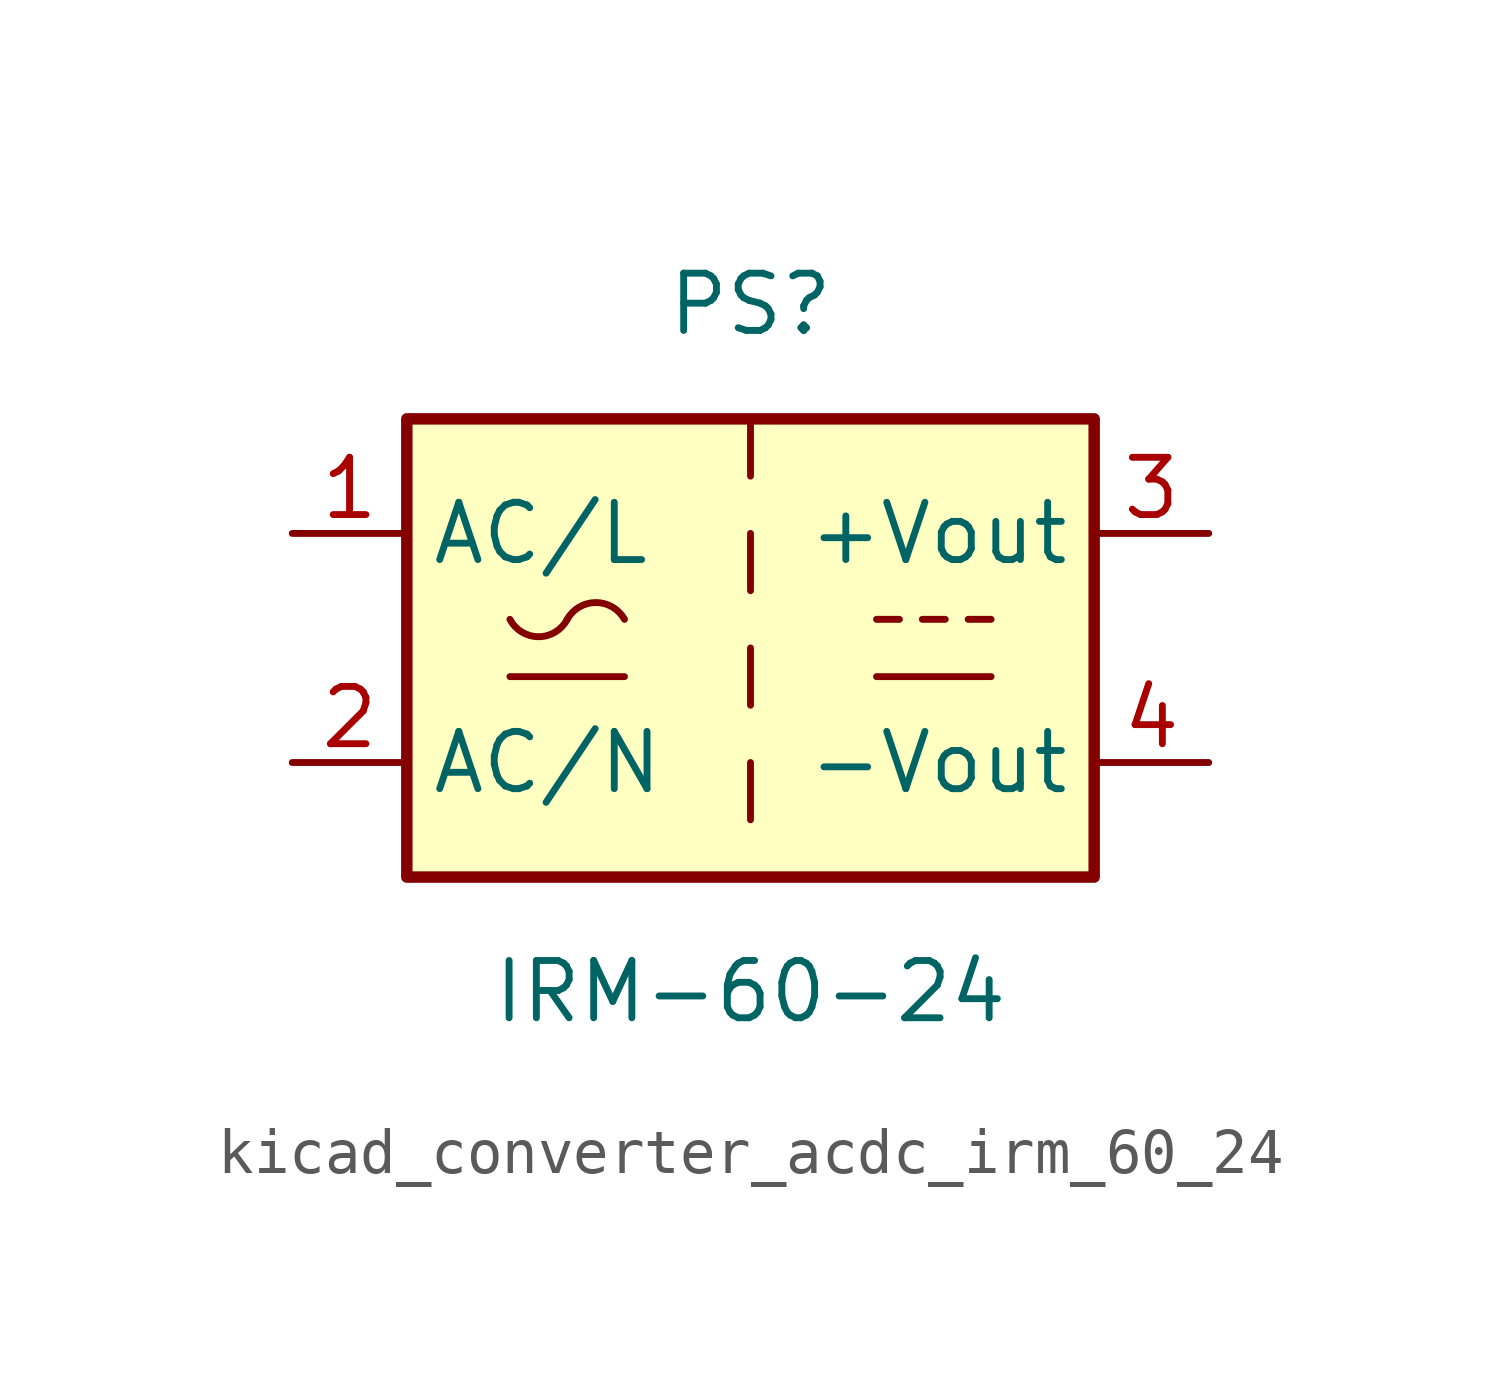
<source format=kicad_sym>
(kicad_symbol_lib
  (version 20220914)
  (generator kicad_symbol_editor)
  (symbol "kicad_converter_acdc_irm_60_24"
    (property "Reference" "PS"
      (at 0 7.62 0)
      (effects (font (size 1.27 1.27))))
    (property "Value" "IRM-60-24"
      (at 0 -7.62 0)
      (effects (font (size 1.27 1.27))))
    (symbol "kicad_converter_acdc_irm_60_24_1_1"
      (rectangle (start -7.62 5.08) (end 7.62 -5.08) (stroke (width 0.254) (type default)) (fill (type background)))
      (arc (start -5.334 0.635) (mid -4.699 0.2495) (end -4.064 0.635) (stroke (width 0) (type default)) (fill (type none)))
      (arc (start -2.794 0.635) (mid -3.429 1.0072) (end -4.064 0.635) (stroke (width 0) (type default)) (fill (type none)))
      (polyline (pts (xy -5.334 -0.635) (xy -2.794 -0.635)) (stroke (width 0) (type default)) (fill (type none)))
      (polyline (pts (xy 0 -2.54) (xy 0 -3.81)) (stroke (width 0) (type default)) (fill (type none)))
      (polyline (pts (xy 0 0) (xy 0 -1.27)) (stroke (width 0) (type default)) (fill (type none)))
      (polyline (pts (xy 0 2.54) (xy 0 1.27)) (stroke (width 0) (type default)) (fill (type none)))
      (polyline (pts (xy 0 5.08) (xy 0 3.81)) (stroke (width 0) (type default)) (fill (type none)))
      (polyline (pts (xy 2.794 -0.635) (xy 5.334 -0.635)) (stroke (width 0) (type default)) (fill (type none)))
      (polyline (pts (xy 2.794 0.635) (xy 3.302 0.635)) (stroke (width 0) (type default)) (fill (type none)))
      (polyline (pts (xy 3.81 0.635) (xy 4.318 0.635)) (stroke (width 0) (type default)) (fill (type none)))
      (polyline (pts (xy 4.826 0.635) (xy 5.334 0.635)) (stroke (width 0) (type default)) (fill (type none)))
      (pin power_in line (at -10.16 2.54 0) (length 2.54) (name "AC/L" (effects (font (size 1.27 1.27)))) (number "1" (effects (font (size 1.27 1.27)))))
      (pin power_in line (at -10.16 -2.54 0) (length 2.54) (name "AC/N" (effects (font (size 1.27 1.27)))) (number "2" (effects (font (size 1.27 1.27)))))
      (pin power_out line (at 10.16 2.54 180) (length 2.54) (name "+Vout" (effects (font (size 1.27 1.27)))) (number "3" (effects (font (size 1.27 1.27)))))
      (pin power_out line (at 10.16 -2.54 180) (length 2.54) (name "-Vout" (effects (font (size 1.27 1.27)))) (number "4" (effects (font (size 1.27 1.27))))))))
</source>
